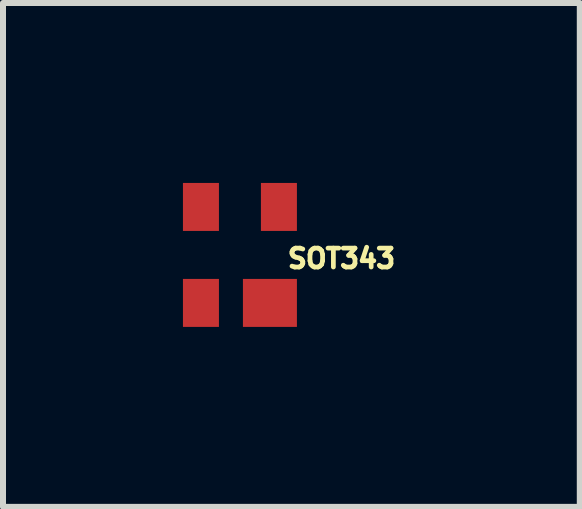
<source format=kicad_pcb>
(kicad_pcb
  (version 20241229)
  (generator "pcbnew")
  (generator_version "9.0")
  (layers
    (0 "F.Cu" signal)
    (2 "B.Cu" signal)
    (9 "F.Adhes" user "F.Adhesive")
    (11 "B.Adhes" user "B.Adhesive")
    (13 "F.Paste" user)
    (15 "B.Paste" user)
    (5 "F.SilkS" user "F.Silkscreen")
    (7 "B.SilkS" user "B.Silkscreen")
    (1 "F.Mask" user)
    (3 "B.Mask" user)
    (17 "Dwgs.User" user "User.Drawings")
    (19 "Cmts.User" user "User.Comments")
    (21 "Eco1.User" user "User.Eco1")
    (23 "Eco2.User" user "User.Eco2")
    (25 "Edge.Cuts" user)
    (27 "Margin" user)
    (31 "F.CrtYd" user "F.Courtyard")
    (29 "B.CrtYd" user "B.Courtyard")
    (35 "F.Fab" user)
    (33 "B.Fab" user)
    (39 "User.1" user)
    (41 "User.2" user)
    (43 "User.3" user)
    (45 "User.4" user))
  (footprint "SOT343"
    (layer "F.Cu")
    (at 0.95 1.2)
    (property "Reference" "SOT343" (at 1.693 0.06 180) (layer "F.SilkS") (effects (font (size 0.315 0.315) (thickness 0.15))))
    (attr smd)
    (pad "1" smd rect (at -0.65 0.8) (size 0.6 0.8) (layers "F.Cu" "F.Mask" "F.Paste"))
    (pad "2" smd rect (at 0.5 0.8) (size 0.9 0.8) (layers "F.Cu" "F.Mask" "F.Paste"))
    (pad "3" smd rect (at 0.65 -0.8) (size 0.6 0.8) (layers "F.Cu" "F.Mask" "F.Paste"))
    (pad "4" smd rect (at -0.65 -0.8) (size 0.6 0.8) (layers "F.Cu" "F.Mask" "F.Paste")))
  (gr_rect
    (start -3 -3)
    (end 6.616 5.4)
    (stroke (width 0.1) (type default))
    (fill no)
    (layer "Edge.Cuts")))
</source>
